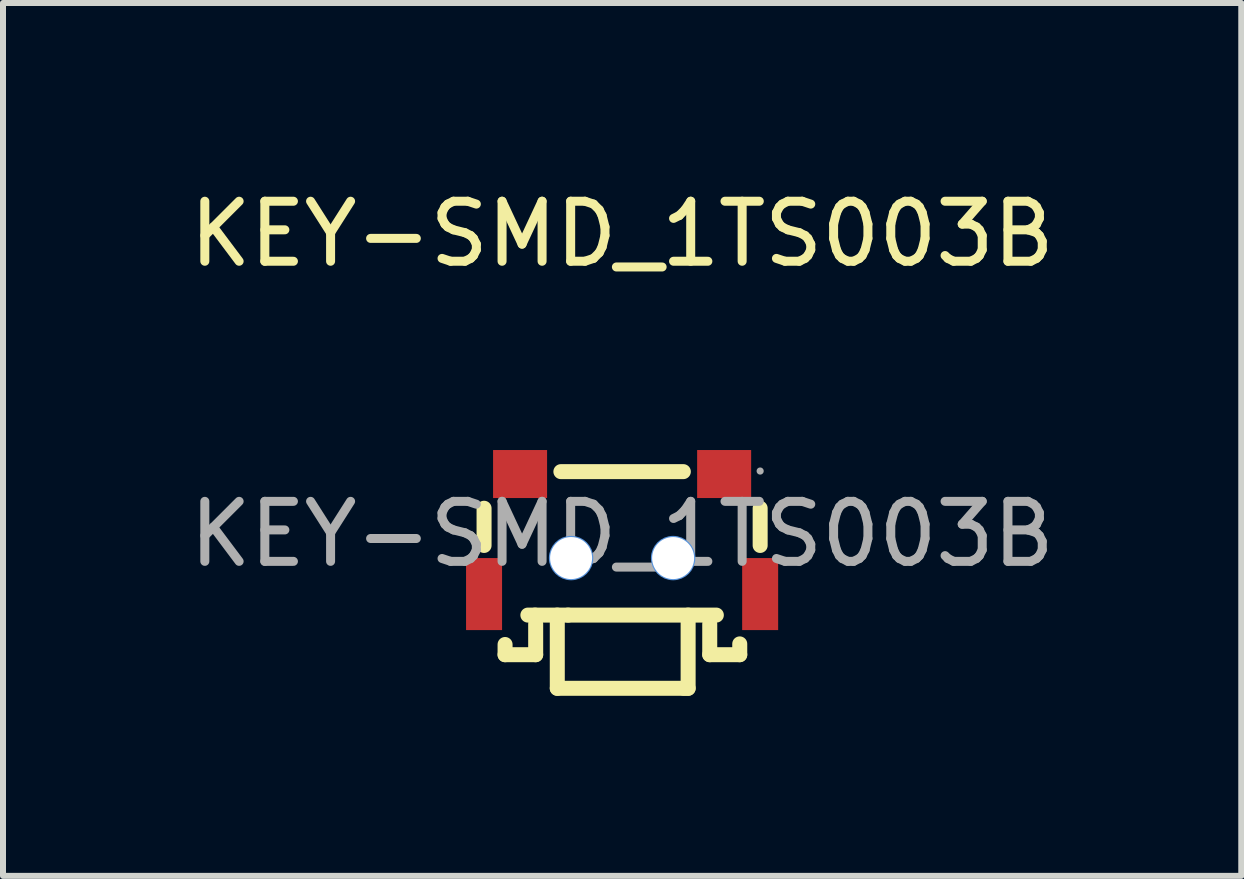
<source format=kicad_pcb>
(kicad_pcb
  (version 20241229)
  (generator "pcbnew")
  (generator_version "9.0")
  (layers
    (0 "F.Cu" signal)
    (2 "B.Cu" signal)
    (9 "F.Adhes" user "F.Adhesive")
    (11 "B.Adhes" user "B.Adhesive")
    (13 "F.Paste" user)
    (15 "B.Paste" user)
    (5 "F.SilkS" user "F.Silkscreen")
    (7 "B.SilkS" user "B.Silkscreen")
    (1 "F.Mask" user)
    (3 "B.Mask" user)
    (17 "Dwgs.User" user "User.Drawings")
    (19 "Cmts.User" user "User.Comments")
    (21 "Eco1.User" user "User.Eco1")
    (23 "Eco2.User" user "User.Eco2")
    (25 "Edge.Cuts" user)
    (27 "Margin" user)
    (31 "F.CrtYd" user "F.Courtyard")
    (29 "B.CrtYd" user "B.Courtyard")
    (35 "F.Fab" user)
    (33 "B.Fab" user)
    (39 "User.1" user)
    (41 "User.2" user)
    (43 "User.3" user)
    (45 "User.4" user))
  (footprint "KEY-SMD_1TS003B"
    (layer "F.Cu")
    (at 7.315 5.848)
    (property "Reference" "KEY-SMD_1TS003B" (at 0 -5 0) (layer "F.SilkS") (effects (font (size 1 1) (thickness 0.15))))
    (attr smd)
    (fp_line (start -2.3 -0.43) (end -2.3 0.19) (stroke (width 0.25) (type solid)) (layer "F.SilkS"))
    (fp_line (start -1.95 2.01) (end -1.95 1.84) (stroke (width 0.25) (type solid)) (layer "F.SilkS"))
    (fp_line (start -1.45 1.35) (end -1.57 1.35) (stroke (width 0.25) (type solid)) (layer "F.SilkS"))
    (fp_line (start -1.45 1.35) (end -0.9 1.35) (stroke (width 0.25) (type solid)) (layer "F.SilkS"))
    (fp_line (start -1.44 1.5) (end -1.44 2.01) (stroke (width 0.25) (type solid)) (layer "F.SilkS"))
    (fp_line (start -1.44 2.01) (end -1.95 2.01) (stroke (width 0.25) (type solid)) (layer "F.SilkS"))
    (fp_line (start -1.08 1.35) (end -1.08 2.57) (stroke (width 0.25) (type solid)) (layer "F.SilkS"))
    (fp_line (start -1.08 2.57) (end 1.03 2.57) (stroke (width 0.25) (type solid)) (layer "F.SilkS"))
    (fp_line (start -1.02 -1.04) (end 1.02 -1.04) (stroke (width 0.25) (type solid)) (layer "F.SilkS"))
    (fp_line (start -0.9 1.35) (end 1.57 1.35) (stroke (width 0.25) (type solid)) (layer "F.SilkS"))
    (fp_line (start 1.03 2.57) (end 1.1 2.57) (stroke (width 0.25) (type solid)) (layer "F.SilkS"))
    (fp_line (start 1.1 2.57) (end 1.1 1.35) (stroke (width 0.25) (type solid)) (layer "F.SilkS"))
    (fp_line (start 1.46 2.01) (end 1.46 1.5) (stroke (width 0.25) (type solid)) (layer "F.SilkS"))
    (fp_line (start 1.96 1.83) (end 1.96 2.01) (stroke (width 0.25) (type solid)) (layer "F.SilkS"))
    (fp_line (start 1.96 2.01) (end 1.46 2.01) (stroke (width 0.25) (type solid)) (layer "F.SilkS"))
    (fp_line (start 2.3 -0.43) (end 2.3 0.19) (stroke (width 0.25) (type solid)) (layer "F.SilkS"))
    (fp_circle (center -0.85 0.4) (end -0.73 0.4) (stroke (width 0.25) (type solid)) (fill no) (layer "Cmts.User"))
    (fp_circle (center 0.85 0.4) (end 0.97 0.4) (stroke (width 0.25) (type solid)) (fill no) (layer "Cmts.User"))
    (fp_circle (center 2.3 -1.05) (end 2.33 -1.05) (stroke (width 0.06) (type solid)) (fill no) (layer "F.Fab"))
    (fp_text user "${REFERENCE}" (at 0 0 0) (layer "F.Fab") (effects (font (size 1 1) (thickness 0.15))))
    (pad "" thru_hole circle (at -0.85 0.4) (size 0.7 0.7) (drill 0.7) (layers "*.Cu" "*.Mask"))
    (pad "" thru_hole circle (at 0.85 0.4) (size 0.7 0.7) (drill 0.7) (layers "*.Cu" "*.Mask"))
    (pad "1" smd rect (at 1.7 -1 90) (size 0.8 0.9) (layers "F.Cu" "F.Mask" "F.Paste"))
    (pad "2" smd rect (at -1.7 -1 90) (size 0.8 0.9) (layers "F.Cu" "F.Mask" "F.Paste"))
    (pad "3" smd rect (at -2.3 1 180) (size 0.6 1.2) (layers "F.Cu" "F.Mask" "F.Paste"))
    (pad "4" smd rect (at 2.3 1 180) (size 0.6 1.2) (layers "F.Cu" "F.Mask" "F.Paste")))
  (gr_rect
    (start -3 -3)
    (end 17.631 11.543)
    (stroke (width 0.1) (type default))
    (fill no)
    (layer "Edge.Cuts")))
</source>
